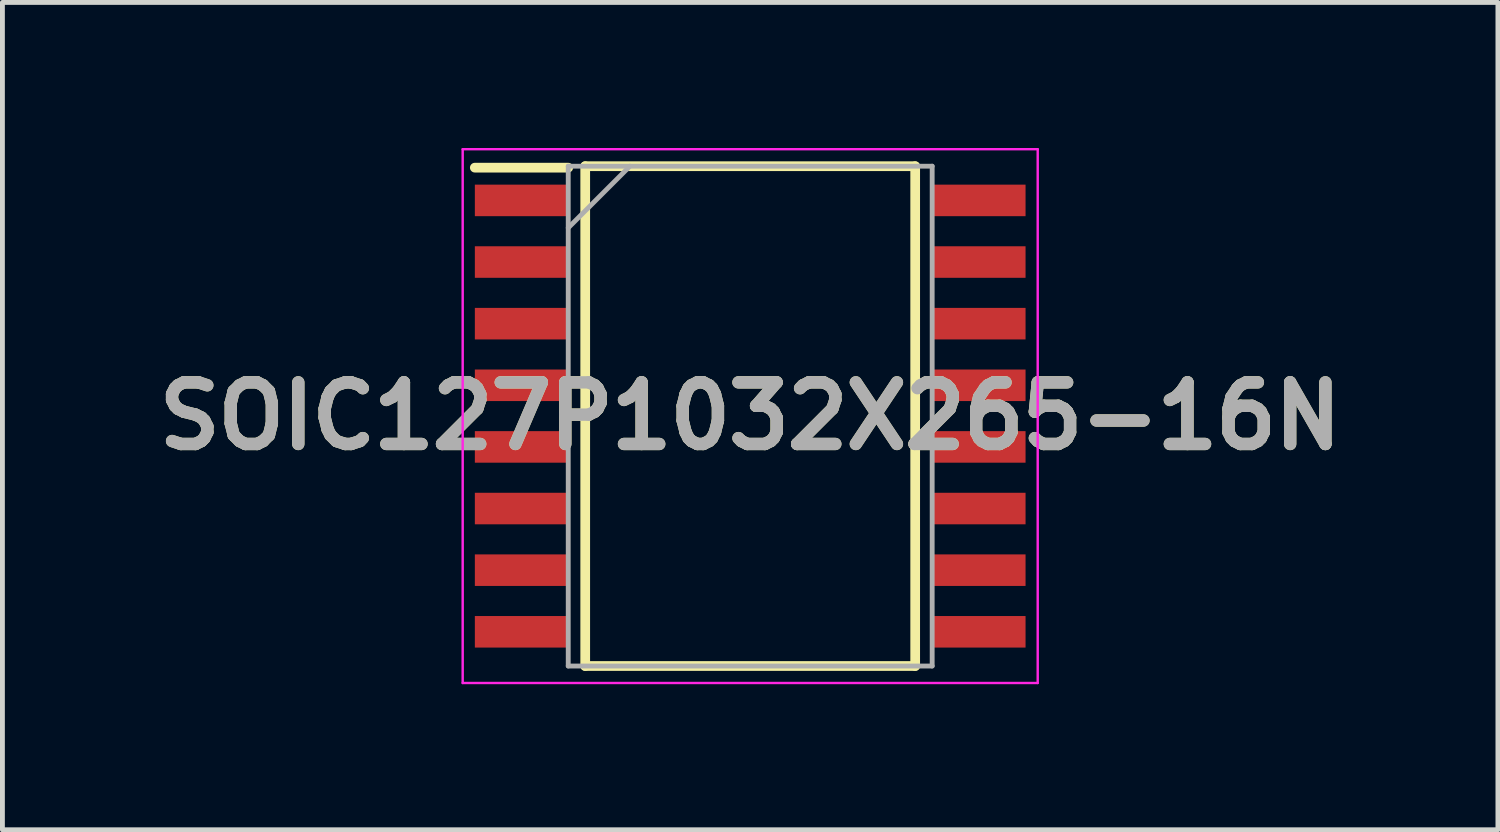
<source format=kicad_pcb>
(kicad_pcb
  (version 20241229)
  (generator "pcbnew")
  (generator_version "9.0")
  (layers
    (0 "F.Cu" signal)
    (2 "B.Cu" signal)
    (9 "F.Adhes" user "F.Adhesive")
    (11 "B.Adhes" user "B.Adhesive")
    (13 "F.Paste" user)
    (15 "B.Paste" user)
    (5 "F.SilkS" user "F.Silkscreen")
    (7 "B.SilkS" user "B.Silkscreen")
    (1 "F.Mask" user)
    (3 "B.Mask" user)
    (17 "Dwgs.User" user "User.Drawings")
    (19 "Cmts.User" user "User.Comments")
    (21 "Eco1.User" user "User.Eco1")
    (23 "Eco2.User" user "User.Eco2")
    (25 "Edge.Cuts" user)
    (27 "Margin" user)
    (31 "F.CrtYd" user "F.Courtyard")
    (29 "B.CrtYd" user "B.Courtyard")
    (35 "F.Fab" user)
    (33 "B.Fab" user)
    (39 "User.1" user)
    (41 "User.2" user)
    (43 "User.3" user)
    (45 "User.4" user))
  (footprint "SOIC127P1032X265-16N"
    (layer "F.Cu")
    (at 12.41 5.525)
    (property "Reference" "SOIC127P1032X265-16N" (at 0 0 0) (layer "F.SilkS") (effects (font (size 1.27 1.27) (thickness 0.254))))
    (attr smd)
    (fp_line (start -5.675 -5.12) (end -3.75 -5.12) (stroke (width 0.2) (type solid)) (layer "F.SilkS"))
    (fp_line (start -3.4 -5.15) (end 3.4 -5.15) (stroke (width 0.2) (type solid)) (layer "F.SilkS"))
    (fp_line (start -3.4 5.15) (end -3.4 -5.15) (stroke (width 0.2) (type solid)) (layer "F.SilkS"))
    (fp_line (start 3.4 -5.15) (end 3.4 5.15) (stroke (width 0.2) (type solid)) (layer "F.SilkS"))
    (fp_line (start 3.4 5.15) (end -3.4 5.15) (stroke (width 0.2) (type solid)) (layer "F.SilkS"))
    (fp_line (start -5.925 -5.5) (end 5.925 -5.5) (stroke (width 0.05) (type solid)) (layer "F.CrtYd"))
    (fp_line (start -5.925 5.5) (end -5.925 -5.5) (stroke (width 0.05) (type solid)) (layer "F.CrtYd"))
    (fp_line (start 5.925 -5.5) (end 5.925 5.5) (stroke (width 0.05) (type solid)) (layer "F.CrtYd"))
    (fp_line (start 5.925 5.5) (end -5.925 5.5) (stroke (width 0.05) (type solid)) (layer "F.CrtYd"))
    (fp_line (start -3.75 -5.15) (end 3.75 -5.15) (stroke (width 0.1) (type solid)) (layer "F.Fab"))
    (fp_line (start -3.75 -3.88) (end -2.48 -5.15) (stroke (width 0.1) (type solid)) (layer "F.Fab"))
    (fp_line (start -3.75 5.15) (end -3.75 -5.15) (stroke (width 0.1) (type solid)) (layer "F.Fab"))
    (fp_line (start 3.75 -5.15) (end 3.75 5.15) (stroke (width 0.1) (type solid)) (layer "F.Fab"))
    (fp_line (start 3.75 5.15) (end -3.75 5.15) (stroke (width 0.1) (type solid)) (layer "F.Fab"))
    (fp_text user "${REFERENCE}" (at 0 0 0) (layer "F.Fab") (effects (font (size 1.27 1.27) (thickness 0.254))))
    (pad "1" smd rect (at -4.712 -4.445 90) (size 0.65 1.925) (layers "F.Cu" "F.Mask" "F.Paste"))
    (pad "2" smd rect (at -4.712 -3.175 90) (size 0.65 1.925) (layers "F.Cu" "F.Mask" "F.Paste"))
    (pad "3" smd rect (at -4.712 -1.905 90) (size 0.65 1.925) (layers "F.Cu" "F.Mask" "F.Paste"))
    (pad "4" smd rect (at -4.712 -0.635 90) (size 0.65 1.925) (layers "F.Cu" "F.Mask" "F.Paste"))
    (pad "5" smd rect (at -4.712 0.635 90) (size 0.65 1.925) (layers "F.Cu" "F.Mask" "F.Paste"))
    (pad "6" smd rect (at -4.712 1.905 90) (size 0.65 1.925) (layers "F.Cu" "F.Mask" "F.Paste"))
    (pad "7" smd rect (at -4.712 3.175 90) (size 0.65 1.925) (layers "F.Cu" "F.Mask" "F.Paste"))
    (pad "8" smd rect (at -4.712 4.445 90) (size 0.65 1.925) (layers "F.Cu" "F.Mask" "F.Paste"))
    (pad "9" smd rect (at 4.712 4.445 90) (size 0.65 1.925) (layers "F.Cu" "F.Mask" "F.Paste"))
    (pad "10" smd rect (at 4.712 3.175 90) (size 0.65 1.925) (layers "F.Cu" "F.Mask" "F.Paste"))
    (pad "11" smd rect (at 4.712 1.905 90) (size 0.65 1.925) (layers "F.Cu" "F.Mask" "F.Paste"))
    (pad "12" smd rect (at 4.712 0.635 90) (size 0.65 1.925) (layers "F.Cu" "F.Mask" "F.Paste"))
    (pad "13" smd rect (at 4.712 -0.635 90) (size 0.65 1.925) (layers "F.Cu" "F.Mask" "F.Paste"))
    (pad "14" smd rect (at 4.712 -1.905 90) (size 0.65 1.925) (layers "F.Cu" "F.Mask" "F.Paste"))
    (pad "15" smd rect (at 4.712 -3.175 90) (size 0.65 1.925) (layers "F.Cu" "F.Mask" "F.Paste"))
    (pad "16" smd rect (at 4.712 -4.445 90) (size 0.65 1.925) (layers "F.Cu" "F.Mask" "F.Paste")))
  (gr_rect
    (start -3 -3)
    (end 27.819 14.05)
    (stroke (width 0.1) (type default))
    (fill no)
    (layer "Edge.Cuts")))
</source>
